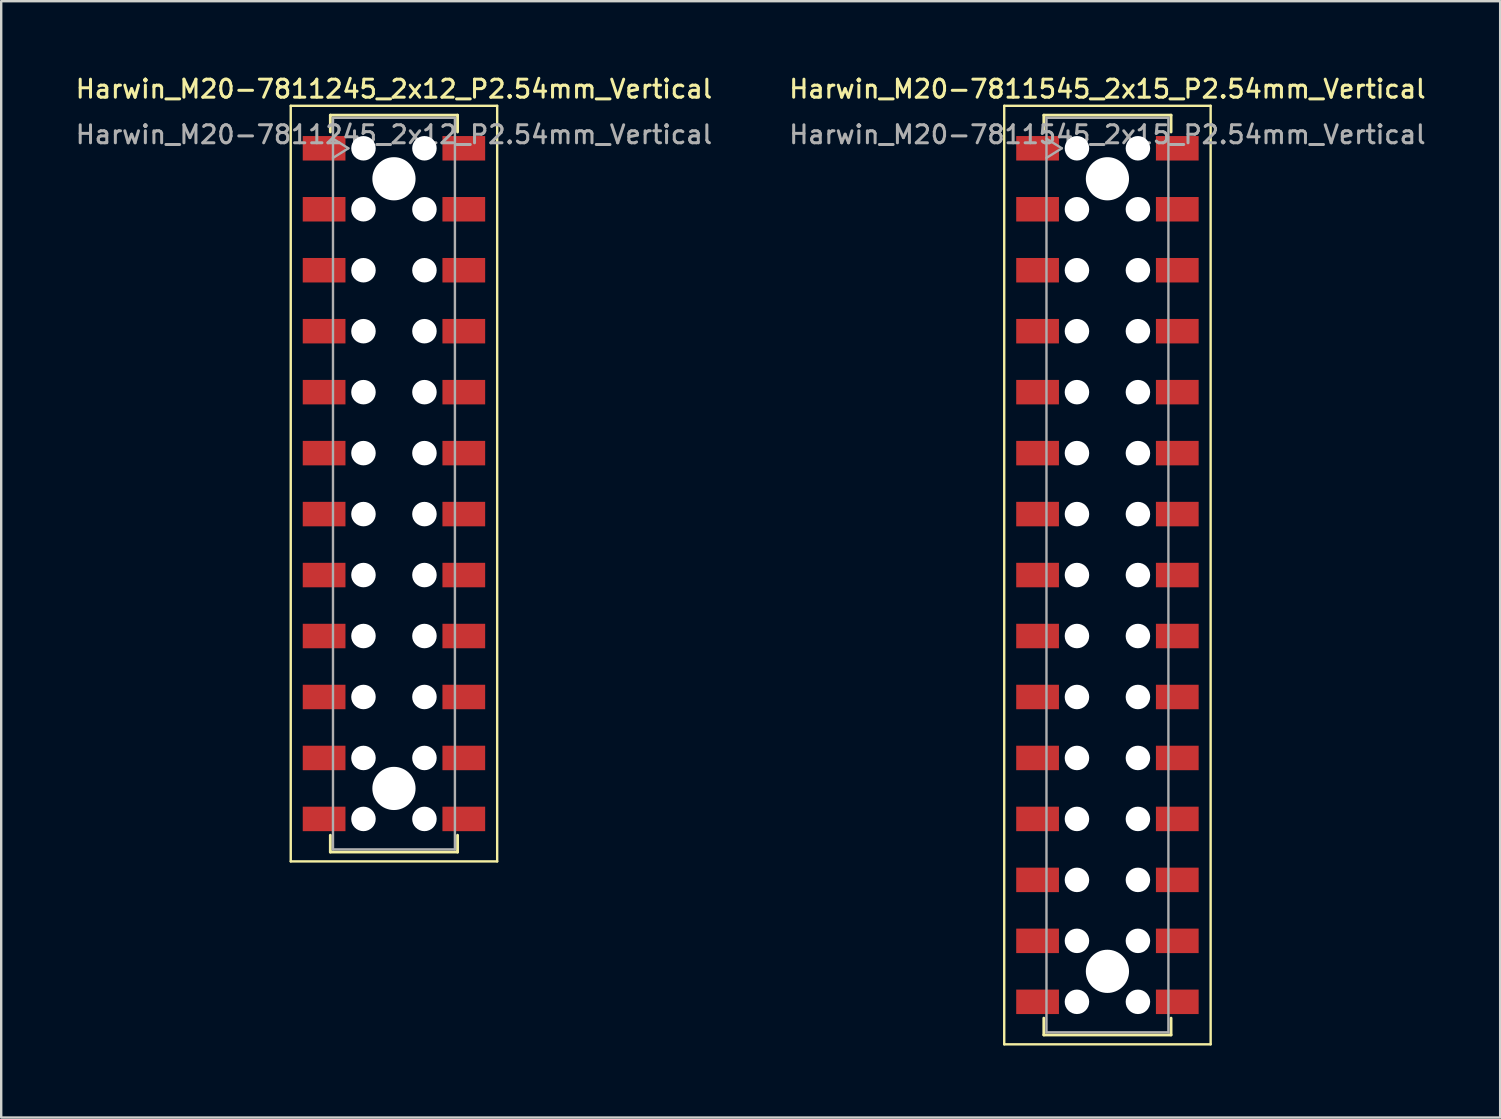
<source format=kicad_pcb>
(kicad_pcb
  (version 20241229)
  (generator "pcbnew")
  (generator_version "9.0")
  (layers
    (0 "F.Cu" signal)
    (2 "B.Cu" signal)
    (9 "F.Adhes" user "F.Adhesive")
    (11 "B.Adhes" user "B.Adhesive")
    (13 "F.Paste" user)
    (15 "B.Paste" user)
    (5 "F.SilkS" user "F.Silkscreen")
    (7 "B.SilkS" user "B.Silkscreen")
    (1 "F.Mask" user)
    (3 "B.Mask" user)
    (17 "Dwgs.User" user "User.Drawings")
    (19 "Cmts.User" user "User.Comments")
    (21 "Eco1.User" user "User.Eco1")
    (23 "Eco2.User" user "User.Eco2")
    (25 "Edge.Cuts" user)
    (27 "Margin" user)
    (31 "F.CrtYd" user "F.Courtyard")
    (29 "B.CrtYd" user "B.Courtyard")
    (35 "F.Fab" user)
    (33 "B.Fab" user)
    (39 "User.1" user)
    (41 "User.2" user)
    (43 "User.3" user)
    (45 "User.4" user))
  (footprint "Harwin_M20-7811245_2x12_P2.54mm_Vertical"
    (layer "F.Cu")
    (at 13.363 17.098)
    (property "Reference" "Harwin_M20-7811245_2x12_P2.54mm_Vertical" (at 0 -16.44 0) (layer "F.SilkS") (effects (font (size 0.75 0.75) (thickness 0.125))))
    (attr smd)
    (fp_line (start -4.3 -15.74) (end 4.3 -15.74) (stroke (width 0.1) (type solid)) (layer "F.SilkS"))
    (fp_line (start -4.3 15.74) (end -4.3 -15.74) (stroke (width 0.1) (type solid)) (layer "F.SilkS"))
    (fp_line (start -2.65 -15.35) (end 2.65 -15.35) (stroke (width 0.12) (type solid)) (layer "F.SilkS"))
    (fp_line (start -2.65 -14.65) (end -2.65 -15.35) (stroke (width 0.12) (type solid)) (layer "F.SilkS"))
    (fp_line (start -2.65 14.65) (end -2.65 15.35) (stroke (width 0.12) (type solid)) (layer "F.SilkS"))
    (fp_line (start -2.65 15.35) (end 2.65 15.35) (stroke (width 0.12) (type solid)) (layer "F.SilkS"))
    (fp_line (start 2.65 -15.35) (end 2.65 -14.65) (stroke (width 0.12) (type solid)) (layer "F.SilkS"))
    (fp_line (start 2.65 15.35) (end 2.65 14.65) (stroke (width 0.12) (type solid)) (layer "F.SilkS"))
    (fp_line (start 4.3 -15.74) (end 4.3 15.74) (stroke (width 0.1) (type solid)) (layer "F.SilkS"))
    (fp_line (start 4.3 15.74) (end -4.3 15.74) (stroke (width 0.1) (type solid)) (layer "F.SilkS"))
    (fp_line (start -2.54 -15.24) (end 2.54 -15.24) (stroke (width 0.1) (type solid)) (layer "F.Fab"))
    (fp_line (start -2.54 -14.37) (end -1.9 -13.97) (stroke (width 0.1) (type solid)) (layer "F.Fab"))
    (fp_line (start -2.54 15.24) (end -2.54 -15.24) (stroke (width 0.1) (type solid)) (layer "F.Fab"))
    (fp_line (start -1.9 -13.97) (end -2.54 -13.57) (stroke (width 0.1) (type solid)) (layer "F.Fab"))
    (fp_line (start 2.54 -15.24) (end 2.54 15.24) (stroke (width 0.1) (type solid)) (layer "F.Fab"))
    (fp_line (start 2.54 15.24) (end -2.54 15.24) (stroke (width 0.1) (type solid)) (layer "F.Fab"))
    (fp_text user "${REFERENCE}" (at 0 -14.54 0) (layer "F.Fab") (effects (font (size 0.75 0.75) (thickness 0.125))))
    (pad "" np_thru_hole circle (at -1.27 -13.97) (size 1.02 1.02) (drill 1.02) (layers "*.Cu" "*.Mask"))
    (pad "" np_thru_hole circle (at -1.27 -11.43) (size 1.02 1.02) (drill 1.02) (layers "*.Cu" "*.Mask"))
    (pad "" np_thru_hole circle (at -1.27 -8.89) (size 1.02 1.02) (drill 1.02) (layers "*.Cu" "*.Mask"))
    (pad "" np_thru_hole circle (at -1.27 -6.35) (size 1.02 1.02) (drill 1.02) (layers "*.Cu" "*.Mask"))
    (pad "" np_thru_hole circle (at -1.27 -3.81) (size 1.02 1.02) (drill 1.02) (layers "*.Cu" "*.Mask"))
    (pad "" np_thru_hole circle (at -1.27 -1.27) (size 1.02 1.02) (drill 1.02) (layers "*.Cu" "*.Mask"))
    (pad "" np_thru_hole circle (at -1.27 1.27) (size 1.02 1.02) (drill 1.02) (layers "*.Cu" "*.Mask"))
    (pad "" np_thru_hole circle (at -1.27 3.81) (size 1.02 1.02) (drill 1.02) (layers "*.Cu" "*.Mask"))
    (pad "" np_thru_hole circle (at -1.27 6.35) (size 1.02 1.02) (drill 1.02) (layers "*.Cu" "*.Mask"))
    (pad "" np_thru_hole circle (at -1.27 8.89) (size 1.02 1.02) (drill 1.02) (layers "*.Cu" "*.Mask"))
    (pad "" np_thru_hole circle (at -1.27 11.43) (size 1.02 1.02) (drill 1.02) (layers "*.Cu" "*.Mask"))
    (pad "" np_thru_hole circle (at -1.27 13.97) (size 1.02 1.02) (drill 1.02) (layers "*.Cu" "*.Mask"))
    (pad "" np_thru_hole circle (at 0 -12.7) (size 1.8 1.8) (drill 1.8) (layers "*.Cu" "*.Mask"))
    (pad "" np_thru_hole circle (at 0 12.7) (size 1.8 1.8) (drill 1.8) (layers "*.Cu" "*.Mask"))
    (pad "" np_thru_hole circle (at 1.27 -13.97) (size 1.02 1.02) (drill 1.02) (layers "*.Cu" "*.Mask"))
    (pad "" np_thru_hole circle (at 1.27 -11.43) (size 1.02 1.02) (drill 1.02) (layers "*.Cu" "*.Mask"))
    (pad "" np_thru_hole circle (at 1.27 -8.89) (size 1.02 1.02) (drill 1.02) (layers "*.Cu" "*.Mask"))
    (pad "" np_thru_hole circle (at 1.27 -6.35) (size 1.02 1.02) (drill 1.02) (layers "*.Cu" "*.Mask"))
    (pad "" np_thru_hole circle (at 1.27 -3.81) (size 1.02 1.02) (drill 1.02) (layers "*.Cu" "*.Mask"))
    (pad "" np_thru_hole circle (at 1.27 -1.27) (size 1.02 1.02) (drill 1.02) (layers "*.Cu" "*.Mask"))
    (pad "" np_thru_hole circle (at 1.27 1.27) (size 1.02 1.02) (drill 1.02) (layers "*.Cu" "*.Mask"))
    (pad "" np_thru_hole circle (at 1.27 3.81) (size 1.02 1.02) (drill 1.02) (layers "*.Cu" "*.Mask"))
    (pad "" np_thru_hole circle (at 1.27 6.35) (size 1.02 1.02) (drill 1.02) (layers "*.Cu" "*.Mask"))
    (pad "" np_thru_hole circle (at 1.27 8.89) (size 1.02 1.02) (drill 1.02) (layers "*.Cu" "*.Mask"))
    (pad "" np_thru_hole circle (at 1.27 11.43) (size 1.02 1.02) (drill 1.02) (layers "*.Cu" "*.Mask"))
    (pad "" np_thru_hole circle (at 1.27 13.97) (size 1.02 1.02) (drill 1.02) (layers "*.Cu" "*.Mask"))
    (pad "1" smd rect (at -2.91 -13.97) (size 1.78 1.02) (layers "F.Cu" "F.Mask" "F.Paste"))
    (pad "2" smd rect (at -2.91 -11.43) (size 1.78 1.02) (layers "F.Cu" "F.Mask" "F.Paste"))
    (pad "3" smd rect (at -2.91 -8.89) (size 1.78 1.02) (layers "F.Cu" "F.Mask" "F.Paste"))
    (pad "4" smd rect (at -2.91 -6.35) (size 1.78 1.02) (layers "F.Cu" "F.Mask" "F.Paste"))
    (pad "5" smd rect (at -2.91 -3.81) (size 1.78 1.02) (layers "F.Cu" "F.Mask" "F.Paste"))
    (pad "6" smd rect (at -2.91 -1.27) (size 1.78 1.02) (layers "F.Cu" "F.Mask" "F.Paste"))
    (pad "7" smd rect (at -2.91 1.27) (size 1.78 1.02) (layers "F.Cu" "F.Mask" "F.Paste"))
    (pad "8" smd rect (at -2.91 3.81) (size 1.78 1.02) (layers "F.Cu" "F.Mask" "F.Paste"))
    (pad "9" smd rect (at -2.91 6.35) (size 1.78 1.02) (layers "F.Cu" "F.Mask" "F.Paste"))
    (pad "10" smd rect (at -2.91 8.89) (size 1.78 1.02) (layers "F.Cu" "F.Mask" "F.Paste"))
    (pad "11" smd rect (at -2.91 11.43) (size 1.78 1.02) (layers "F.Cu" "F.Mask" "F.Paste"))
    (pad "12" smd rect (at -2.91 13.97) (size 1.78 1.02) (layers "F.Cu" "F.Mask" "F.Paste"))
    (pad "13" smd rect (at 2.91 -13.97) (size 1.78 1.02) (layers "F.Cu" "F.Mask" "F.Paste"))
    (pad "14" smd rect (at 2.91 -11.43) (size 1.78 1.02) (layers "F.Cu" "F.Mask" "F.Paste"))
    (pad "15" smd rect (at 2.91 -8.89) (size 1.78 1.02) (layers "F.Cu" "F.Mask" "F.Paste"))
    (pad "16" smd rect (at 2.91 -6.35) (size 1.78 1.02) (layers "F.Cu" "F.Mask" "F.Paste"))
    (pad "17" smd rect (at 2.91 -3.81) (size 1.78 1.02) (layers "F.Cu" "F.Mask" "F.Paste"))
    (pad "18" smd rect (at 2.91 -1.27) (size 1.78 1.02) (layers "F.Cu" "F.Mask" "F.Paste"))
    (pad "19" smd rect (at 2.91 1.27) (size 1.78 1.02) (layers "F.Cu" "F.Mask" "F.Paste"))
    (pad "20" smd rect (at 2.91 3.81) (size 1.78 1.02) (layers "F.Cu" "F.Mask" "F.Paste"))
    (pad "21" smd rect (at 2.91 6.35) (size 1.78 1.02) (layers "F.Cu" "F.Mask" "F.Paste"))
    (pad "22" smd rect (at 2.91 8.89) (size 1.78 1.02) (layers "F.Cu" "F.Mask" "F.Paste"))
    (pad "23" smd rect (at 2.91 11.43) (size 1.78 1.02) (layers "F.Cu" "F.Mask" "F.Paste"))
    (pad "24" smd rect (at 2.91 13.97) (size 1.78 1.02) (layers "F.Cu" "F.Mask" "F.Paste")))
  (footprint "Harwin_M20-7811545_2x15_P2.54mm_Vertical"
    (layer "F.Cu")
    (at 43.088 20.908)
    (property "Reference" "Harwin_M20-7811545_2x15_P2.54mm_Vertical" (at 0 -20.25 0) (layer "F.SilkS") (effects (font (size 0.75 0.75) (thickness 0.125))))
    (attr smd)
    (fp_line (start -4.3 -19.55) (end 4.3 -19.55) (stroke (width 0.1) (type solid)) (layer "F.SilkS"))
    (fp_line (start -4.3 19.55) (end -4.3 -19.55) (stroke (width 0.1) (type solid)) (layer "F.SilkS"))
    (fp_line (start -2.65 -19.16) (end 2.65 -19.16) (stroke (width 0.12) (type solid)) (layer "F.SilkS"))
    (fp_line (start -2.65 -18.46) (end -2.65 -19.16) (stroke (width 0.12) (type solid)) (layer "F.SilkS"))
    (fp_line (start -2.65 18.46) (end -2.65 19.16) (stroke (width 0.12) (type solid)) (layer "F.SilkS"))
    (fp_line (start -2.65 19.16) (end 2.65 19.16) (stroke (width 0.12) (type solid)) (layer "F.SilkS"))
    (fp_line (start 2.65 -19.16) (end 2.65 -18.46) (stroke (width 0.12) (type solid)) (layer "F.SilkS"))
    (fp_line (start 2.65 19.16) (end 2.65 18.46) (stroke (width 0.12) (type solid)) (layer "F.SilkS"))
    (fp_line (start 4.3 -19.55) (end 4.3 19.55) (stroke (width 0.1) (type solid)) (layer "F.SilkS"))
    (fp_line (start 4.3 19.55) (end -4.3 19.55) (stroke (width 0.1) (type solid)) (layer "F.SilkS"))
    (fp_line (start -2.54 -19.05) (end 2.54 -19.05) (stroke (width 0.1) (type solid)) (layer "F.Fab"))
    (fp_line (start -2.54 -18.18) (end -1.9 -17.78) (stroke (width 0.1) (type solid)) (layer "F.Fab"))
    (fp_line (start -2.54 19.05) (end -2.54 -19.05) (stroke (width 0.1) (type solid)) (layer "F.Fab"))
    (fp_line (start -1.9 -17.78) (end -2.54 -17.38) (stroke (width 0.1) (type solid)) (layer "F.Fab"))
    (fp_line (start 2.54 -19.05) (end 2.54 19.05) (stroke (width 0.1) (type solid)) (layer "F.Fab"))
    (fp_line (start 2.54 19.05) (end -2.54 19.05) (stroke (width 0.1) (type solid)) (layer "F.Fab"))
    (fp_text user "${REFERENCE}" (at 0 -18.35 0) (layer "F.Fab") (effects (font (size 0.75 0.75) (thickness 0.125))))
    (pad "" np_thru_hole circle (at -1.27 -17.78) (size 1.02 1.02) (drill 1.02) (layers "*.Cu" "*.Mask"))
    (pad "" np_thru_hole circle (at -1.27 -15.24) (size 1.02 1.02) (drill 1.02) (layers "*.Cu" "*.Mask"))
    (pad "" np_thru_hole circle (at -1.27 -12.7) (size 1.02 1.02) (drill 1.02) (layers "*.Cu" "*.Mask"))
    (pad "" np_thru_hole circle (at -1.27 -10.16) (size 1.02 1.02) (drill 1.02) (layers "*.Cu" "*.Mask"))
    (pad "" np_thru_hole circle (at -1.27 -7.62) (size 1.02 1.02) (drill 1.02) (layers "*.Cu" "*.Mask"))
    (pad "" np_thru_hole circle (at -1.27 -5.08) (size 1.02 1.02) (drill 1.02) (layers "*.Cu" "*.Mask"))
    (pad "" np_thru_hole circle (at -1.27 -2.54) (size 1.02 1.02) (drill 1.02) (layers "*.Cu" "*.Mask"))
    (pad "" np_thru_hole circle (at -1.27 0) (size 1.02 1.02) (drill 1.02) (layers "*.Cu" "*.Mask"))
    (pad "" np_thru_hole circle (at -1.27 2.54) (size 1.02 1.02) (drill 1.02) (layers "*.Cu" "*.Mask"))
    (pad "" np_thru_hole circle (at -1.27 5.08) (size 1.02 1.02) (drill 1.02) (layers "*.Cu" "*.Mask"))
    (pad "" np_thru_hole circle (at -1.27 7.62) (size 1.02 1.02) (drill 1.02) (layers "*.Cu" "*.Mask"))
    (pad "" np_thru_hole circle (at -1.27 10.16) (size 1.02 1.02) (drill 1.02) (layers "*.Cu" "*.Mask"))
    (pad "" np_thru_hole circle (at -1.27 12.7) (size 1.02 1.02) (drill 1.02) (layers "*.Cu" "*.Mask"))
    (pad "" np_thru_hole circle (at -1.27 15.24) (size 1.02 1.02) (drill 1.02) (layers "*.Cu" "*.Mask"))
    (pad "" np_thru_hole circle (at -1.27 17.78) (size 1.02 1.02) (drill 1.02) (layers "*.Cu" "*.Mask"))
    (pad "" np_thru_hole circle (at 0 -16.51) (size 1.8 1.8) (drill 1.8) (layers "*.Cu" "*.Mask"))
    (pad "" np_thru_hole circle (at 0 16.51) (size 1.8 1.8) (drill 1.8) (layers "*.Cu" "*.Mask"))
    (pad "" np_thru_hole circle (at 1.27 -17.78) (size 1.02 1.02) (drill 1.02) (layers "*.Cu" "*.Mask"))
    (pad "" np_thru_hole circle (at 1.27 -15.24) (size 1.02 1.02) (drill 1.02) (layers "*.Cu" "*.Mask"))
    (pad "" np_thru_hole circle (at 1.27 -12.7) (size 1.02 1.02) (drill 1.02) (layers "*.Cu" "*.Mask"))
    (pad "" np_thru_hole circle (at 1.27 -10.16) (size 1.02 1.02) (drill 1.02) (layers "*.Cu" "*.Mask"))
    (pad "" np_thru_hole circle (at 1.27 -7.62) (size 1.02 1.02) (drill 1.02) (layers "*.Cu" "*.Mask"))
    (pad "" np_thru_hole circle (at 1.27 -5.08) (size 1.02 1.02) (drill 1.02) (layers "*.Cu" "*.Mask"))
    (pad "" np_thru_hole circle (at 1.27 -2.54) (size 1.02 1.02) (drill 1.02) (layers "*.Cu" "*.Mask"))
    (pad "" np_thru_hole circle (at 1.27 0) (size 1.02 1.02) (drill 1.02) (layers "*.Cu" "*.Mask"))
    (pad "" np_thru_hole circle (at 1.27 2.54) (size 1.02 1.02) (drill 1.02) (layers "*.Cu" "*.Mask"))
    (pad "" np_thru_hole circle (at 1.27 5.08) (size 1.02 1.02) (drill 1.02) (layers "*.Cu" "*.Mask"))
    (pad "" np_thru_hole circle (at 1.27 7.62) (size 1.02 1.02) (drill 1.02) (layers "*.Cu" "*.Mask"))
    (pad "" np_thru_hole circle (at 1.27 10.16) (size 1.02 1.02) (drill 1.02) (layers "*.Cu" "*.Mask"))
    (pad "" np_thru_hole circle (at 1.27 12.7) (size 1.02 1.02) (drill 1.02) (layers "*.Cu" "*.Mask"))
    (pad "" np_thru_hole circle (at 1.27 15.24) (size 1.02 1.02) (drill 1.02) (layers "*.Cu" "*.Mask"))
    (pad "" np_thru_hole circle (at 1.27 17.78) (size 1.02 1.02) (drill 1.02) (layers "*.Cu" "*.Mask"))
    (pad "1" smd rect (at -2.91 -17.78) (size 1.78 1.02) (layers "F.Cu" "F.Mask" "F.Paste"))
    (pad "2" smd rect (at -2.91 -15.24) (size 1.78 1.02) (layers "F.Cu" "F.Mask" "F.Paste"))
    (pad "3" smd rect (at -2.91 -12.7) (size 1.78 1.02) (layers "F.Cu" "F.Mask" "F.Paste"))
    (pad "4" smd rect (at -2.91 -10.16) (size 1.78 1.02) (layers "F.Cu" "F.Mask" "F.Paste"))
    (pad "5" smd rect (at -2.91 -7.62) (size 1.78 1.02) (layers "F.Cu" "F.Mask" "F.Paste"))
    (pad "6" smd rect (at -2.91 -5.08) (size 1.78 1.02) (layers "F.Cu" "F.Mask" "F.Paste"))
    (pad "7" smd rect (at -2.91 -2.54) (size 1.78 1.02) (layers "F.Cu" "F.Mask" "F.Paste"))
    (pad "8" smd rect (at -2.91 0) (size 1.78 1.02) (layers "F.Cu" "F.Mask" "F.Paste"))
    (pad "9" smd rect (at -2.91 2.54) (size 1.78 1.02) (layers "F.Cu" "F.Mask" "F.Paste"))
    (pad "10" smd rect (at -2.91 5.08) (size 1.78 1.02) (layers "F.Cu" "F.Mask" "F.Paste"))
    (pad "11" smd rect (at -2.91 7.62) (size 1.78 1.02) (layers "F.Cu" "F.Mask" "F.Paste"))
    (pad "12" smd rect (at -2.91 10.16) (size 1.78 1.02) (layers "F.Cu" "F.Mask" "F.Paste"))
    (pad "13" smd rect (at -2.91 12.7) (size 1.78 1.02) (layers "F.Cu" "F.Mask" "F.Paste"))
    (pad "14" smd rect (at -2.91 15.24) (size 1.78 1.02) (layers "F.Cu" "F.Mask" "F.Paste"))
    (pad "15" smd rect (at -2.91 17.78) (size 1.78 1.02) (layers "F.Cu" "F.Mask" "F.Paste"))
    (pad "16" smd rect (at 2.91 -17.78) (size 1.78 1.02) (layers "F.Cu" "F.Mask" "F.Paste"))
    (pad "17" smd rect (at 2.91 -15.24) (size 1.78 1.02) (layers "F.Cu" "F.Mask" "F.Paste"))
    (pad "18" smd rect (at 2.91 -12.7) (size 1.78 1.02) (layers "F.Cu" "F.Mask" "F.Paste"))
    (pad "19" smd rect (at 2.91 -10.16) (size 1.78 1.02) (layers "F.Cu" "F.Mask" "F.Paste"))
    (pad "20" smd rect (at 2.91 -7.62) (size 1.78 1.02) (layers "F.Cu" "F.Mask" "F.Paste"))
    (pad "21" smd rect (at 2.91 -5.08) (size 1.78 1.02) (layers "F.Cu" "F.Mask" "F.Paste"))
    (pad "22" smd rect (at 2.91 -2.54) (size 1.78 1.02) (layers "F.Cu" "F.Mask" "F.Paste"))
    (pad "23" smd rect (at 2.91 0) (size 1.78 1.02) (layers "F.Cu" "F.Mask" "F.Paste"))
    (pad "24" smd rect (at 2.91 2.54) (size 1.78 1.02) (layers "F.Cu" "F.Mask" "F.Paste"))
    (pad "25" smd rect (at 2.91 5.08) (size 1.78 1.02) (layers "F.Cu" "F.Mask" "F.Paste"))
    (pad "26" smd rect (at 2.91 7.62) (size 1.78 1.02) (layers "F.Cu" "F.Mask" "F.Paste"))
    (pad "27" smd rect (at 2.91 10.16) (size 1.78 1.02) (layers "F.Cu" "F.Mask" "F.Paste"))
    (pad "28" smd rect (at 2.91 12.7) (size 1.78 1.02) (layers "F.Cu" "F.Mask" "F.Paste"))
    (pad "29" smd rect (at 2.91 15.24) (size 1.78 1.02) (layers "F.Cu" "F.Mask" "F.Paste"))
    (pad "30" smd rect (at 2.91 17.78) (size 1.78 1.02) (layers "F.Cu" "F.Mask" "F.Paste")))
  (gr_rect
    (start -3 -3)
    (end 59.45 43.508)
    (stroke (width 0.1) (type default))
    (fill no)
    (layer "Edge.Cuts")))
</source>
